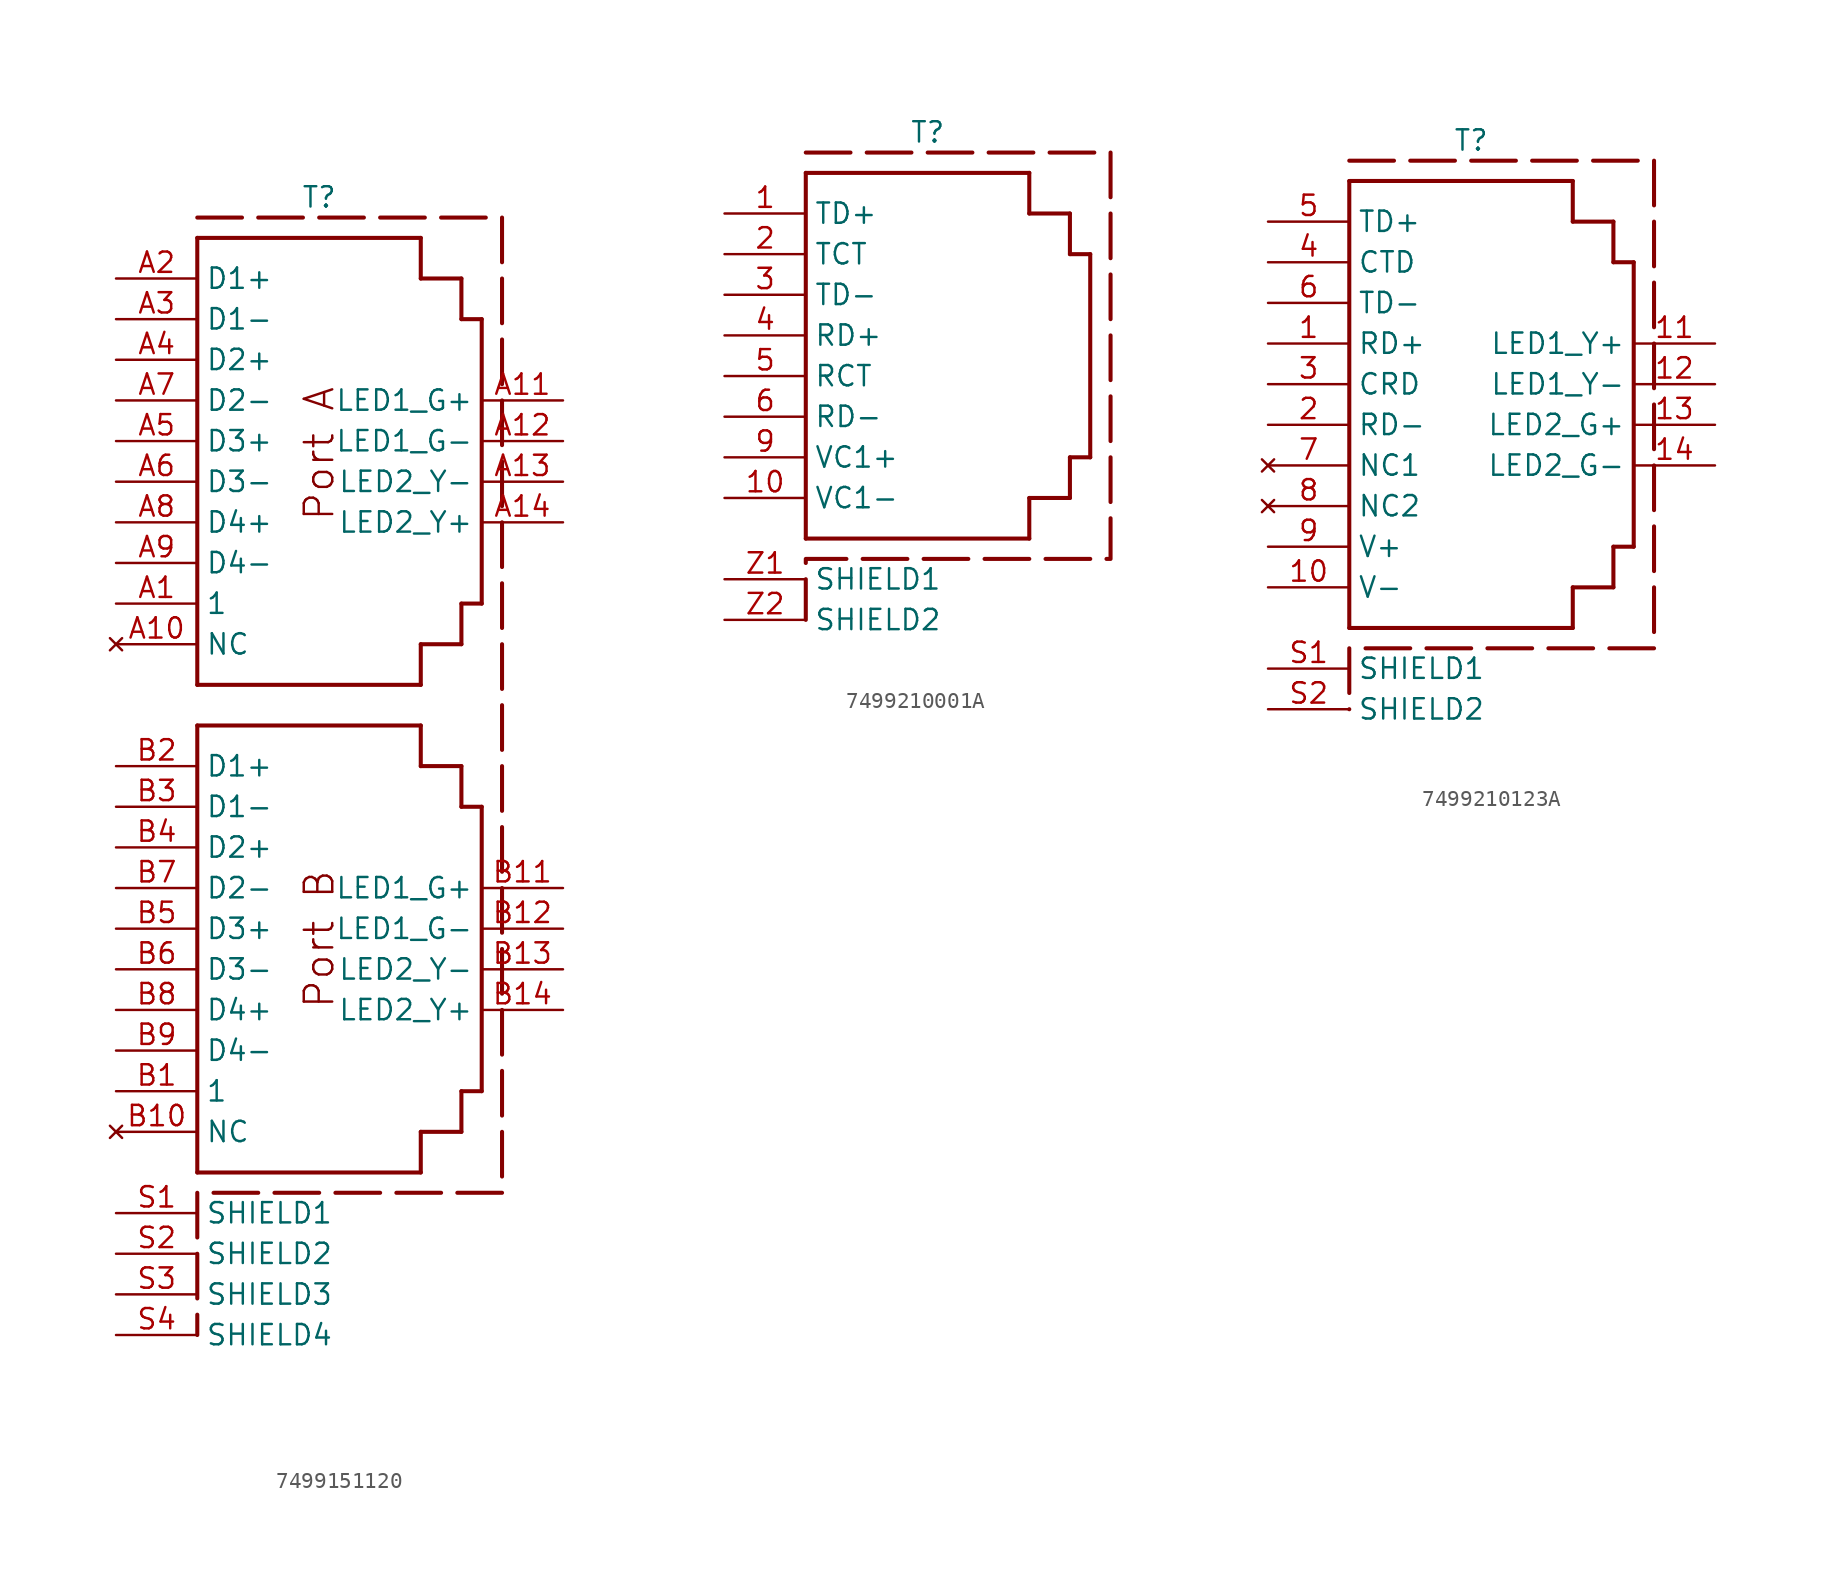
<source format=kicad_sym>
(kicad_symbol_lib
  (version 20220914)
  (generator kicad_symbol_editor)
  (symbol "7499151120"
    (property "Reference" "T"
      (at 0 30.48 0)
      (effects (font (size 1.27 1.27))))
    (property "Critical Parameter" ""
      (at 0 -5.08 0)
      (effects (font (size 1.27 1.27)) (justify left)))
    (symbol "7499151120_0_0"
      (polyline (pts (xy -7.62 -30.48) (xy -7.62 -2.54)) (stroke (width 0.254) (type default)) (fill (type none)))
      (polyline (pts (xy -7.62 -2.54) (xy 6.35 -2.54)) (stroke (width 0.254) (type default)) (fill (type none)))
      (polyline (pts (xy -7.62 0) (xy -7.62 27.94)) (stroke (width 0.254) (type default)) (fill (type none)))
      (polyline (pts (xy -7.62 27.94) (xy 6.35 27.94)) (stroke (width 0.254) (type default)) (fill (type none)))
      (polyline (pts (xy 6.35 -30.48) (xy -7.62 -30.48)) (stroke (width 0.254) (type default)) (fill (type none)))
      (polyline (pts (xy 6.35 -30.48) (xy 6.35 -27.94)) (stroke (width 0.254) (type default)) (fill (type none)))
      (polyline (pts (xy 6.35 -27.94) (xy 8.89 -27.94)) (stroke (width 0.254) (type default)) (fill (type none)))
      (polyline (pts (xy 6.35 -5.08) (xy 8.89 -5.08)) (stroke (width 0.254) (type default)) (fill (type none)))
      (polyline (pts (xy 6.35 -2.54) (xy 6.35 -5.08)) (stroke (width 0.254) (type default)) (fill (type none)))
      (polyline (pts (xy 6.35 0) (xy -7.62 0)) (stroke (width 0.254) (type default)) (fill (type none)))
      (polyline (pts (xy 6.35 0) (xy 6.35 2.54)) (stroke (width 0.254) (type default)) (fill (type none)))
      (polyline (pts (xy 6.35 2.54) (xy 8.89 2.54)) (stroke (width 0.254) (type default)) (fill (type none)))
      (polyline (pts (xy 6.35 25.4) (xy 8.89 25.4)) (stroke (width 0.254) (type default)) (fill (type none)))
      (polyline (pts (xy 6.35 27.94) (xy 6.35 25.4)) (stroke (width 0.254) (type default)) (fill (type none)))
      (polyline (pts (xy 8.89 -27.94) (xy 8.89 -25.4)) (stroke (width 0.254) (type default)) (fill (type none)))
      (polyline (pts (xy 8.89 -25.4) (xy 10.16 -25.4)) (stroke (width 0.254) (type default)) (fill (type none)))
      (polyline (pts (xy 8.89 -7.62) (xy 10.16 -7.62)) (stroke (width 0.254) (type default)) (fill (type none)))
      (polyline (pts (xy 8.89 -5.08) (xy 8.89 -7.62)) (stroke (width 0.254) (type default)) (fill (type none)))
      (polyline (pts (xy 8.89 2.54) (xy 8.89 5.08)) (stroke (width 0.254) (type default)) (fill (type none)))
      (polyline (pts (xy 8.89 5.08) (xy 10.16 5.08)) (stroke (width 0.254) (type default)) (fill (type none)))
      (polyline (pts (xy 8.89 22.86) (xy 10.16 22.86)) (stroke (width 0.254) (type default)) (fill (type none)))
      (polyline (pts (xy 8.89 25.4) (xy 8.89 22.86)) (stroke (width 0.254) (type default)) (fill (type none)))
      (polyline (pts (xy 10.16 -7.62) (xy 10.16 -25.4)) (stroke (width 0.254) (type default)) (fill (type none)))
      (polyline (pts (xy 10.16 22.86) (xy 10.16 5.08)) (stroke (width 0.254) (type default)) (fill (type none)))
      (pin passive line (at -12.7 -33.02 0) (length 5.08) (name "SHIELD1" (effects (font (size 1.27 1.27)))) (number "S1" (effects (font (size 1.27 1.27)))))
      (pin passive line (at -12.7 -35.56 0) (length 5.08) (name "SHIELD2" (effects (font (size 1.27 1.27)))) (number "S2" (effects (font (size 1.27 1.27)))))
      (pin passive line (at -12.7 -38.1 0) (length 5.08) (name "SHIELD3" (effects (font (size 1.27 1.27)))) (number "S3" (effects (font (size 1.27 1.27)))))
      (pin passive line (at -12.7 -40.64 0) (length 5.08) (name "SHIELD4" (effects (font (size 1.27 1.27)))) (number "S4" (effects (font (size 1.27 1.27))))))
    (symbol "7499151120_1_0"
      (text "Port A" (at 0 10.16 900) (effects (font (size 1.778 1.778)) (justify left)))
      (text "Port B" (at 0 -20.32 900) (effects (font (size 1.778 1.778)) (justify left)))
      (pin passive line (at -12.7 5.08 0) (length 5.08) (name "1" (effects (font (size 1.27 1.27)))) (number "A1" (effects (font (size 1.27 1.27)))))
      (pin no_connect line (at -12.7 2.54 0) (length 5.08) (name "NC" (effects (font (size 1.27 1.27)))) (number "A10" (effects (font (size 1.27 1.27)))))
      (pin passive line (at 15.24 17.78 180) (length 5.08) (name "LED1_G+" (effects (font (size 1.27 1.27)))) (number "A11" (effects (font (size 1.27 1.27)))))
      (pin passive line (at 15.24 15.24 180) (length 5.08) (name "LED1_G-" (effects (font (size 1.27 1.27)))) (number "A12" (effects (font (size 1.27 1.27)))))
      (pin passive line (at 15.24 12.7 180) (length 5.08) (name "LED2_Y-" (effects (font (size 1.27 1.27)))) (number "A13" (effects (font (size 1.27 1.27)))))
      (pin passive line (at 15.24 10.16 180) (length 5.08) (name "LED2_Y+" (effects (font (size 1.27 1.27)))) (number "A14" (effects (font (size 1.27 1.27)))))
      (pin passive line (at -12.7 25.4 0) (length 5.08) (name "D1+" (effects (font (size 1.27 1.27)))) (number "A2" (effects (font (size 1.27 1.27)))))
      (pin passive line (at -12.7 22.86 0) (length 5.08) (name "D1-" (effects (font (size 1.27 1.27)))) (number "A3" (effects (font (size 1.27 1.27)))))
      (pin passive line (at -12.7 20.32 0) (length 5.08) (name "D2+" (effects (font (size 1.27 1.27)))) (number "A4" (effects (font (size 1.27 1.27)))))
      (pin passive line (at -12.7 15.24 0) (length 5.08) (name "D3+" (effects (font (size 1.27 1.27)))) (number "A5" (effects (font (size 1.27 1.27)))))
      (pin passive line (at -12.7 12.7 0) (length 5.08) (name "D3-" (effects (font (size 1.27 1.27)))) (number "A6" (effects (font (size 1.27 1.27)))))
      (pin passive line (at -12.7 17.78 0) (length 5.08) (name "D2-" (effects (font (size 1.27 1.27)))) (number "A7" (effects (font (size 1.27 1.27)))))
      (pin passive line (at -12.7 10.16 0) (length 5.08) (name "D4+" (effects (font (size 1.27 1.27)))) (number "A8" (effects (font (size 1.27 1.27)))))
      (pin passive line (at -12.7 7.62 0) (length 5.08) (name "D4-" (effects (font (size 1.27 1.27)))) (number "A9" (effects (font (size 1.27 1.27)))))
      (pin passive line (at -12.7 -25.4 0) (length 5.08) (name "1" (effects (font (size 1.27 1.27)))) (number "B1" (effects (font (size 1.27 1.27)))))
      (pin no_connect line (at -12.7 -27.94 0) (length 5.08) (name "NC" (effects (font (size 1.27 1.27)))) (number "B10" (effects (font (size 1.27 1.27)))))
      (pin passive line (at 15.24 -12.7 180) (length 5.08) (name "LED1_G+" (effects (font (size 1.27 1.27)))) (number "B11" (effects (font (size 1.27 1.27)))))
      (pin passive line (at 15.24 -15.24 180) (length 5.08) (name "LED1_G-" (effects (font (size 1.27 1.27)))) (number "B12" (effects (font (size 1.27 1.27)))))
      (pin passive line (at 15.24 -17.78 180) (length 5.08) (name "LED2_Y-" (effects (font (size 1.27 1.27)))) (number "B13" (effects (font (size 1.27 1.27)))))
      (pin passive line (at 15.24 -20.32 180) (length 5.08) (name "LED2_Y+" (effects (font (size 1.27 1.27)))) (number "B14" (effects (font (size 1.27 1.27)))))
      (pin passive line (at -12.7 -5.08 0) (length 5.08) (name "D1+" (effects (font (size 1.27 1.27)))) (number "B2" (effects (font (size 1.27 1.27)))))
      (pin passive line (at -12.7 -7.62 0) (length 5.08) (name "D1-" (effects (font (size 1.27 1.27)))) (number "B3" (effects (font (size 1.27 1.27)))))
      (pin passive line (at -12.7 -10.16 0) (length 5.08) (name "D2+" (effects (font (size 1.27 1.27)))) (number "B4" (effects (font (size 1.27 1.27)))))
      (pin passive line (at -12.7 -15.24 0) (length 5.08) (name "D3+" (effects (font (size 1.27 1.27)))) (number "B5" (effects (font (size 1.27 1.27)))))
      (pin passive line (at -12.7 -17.78 0) (length 5.08) (name "D3-" (effects (font (size 1.27 1.27)))) (number "B6" (effects (font (size 1.27 1.27)))))
      (pin passive line (at -12.7 -12.7 0) (length 5.08) (name "D2-" (effects (font (size 1.27 1.27)))) (number "B7" (effects (font (size 1.27 1.27)))))
      (pin passive line (at -12.7 -20.32 0) (length 5.08) (name "D4+" (effects (font (size 1.27 1.27)))) (number "B8" (effects (font (size 1.27 1.27)))))
      (pin passive line (at -12.7 -22.86 0) (length 5.08) (name "D4-" (effects (font (size 1.27 1.27)))) (number "B9" (effects (font (size 1.27 1.27))))))
    (symbol "7499151120_1_1"
      (polyline (pts (xy -7.62 29.21) (xy 11.43 29.21) (xy 11.43 -31.75) (xy -7.62 -31.75) (xy -7.62 -40.64)) (stroke (width 0.254) (type dash)) (fill (type none)))))
  (symbol "7499210001A"
    (property "Reference" "T"
      (at 0 15.24 0)
      (effects (font (size 1.27 1.27))))
    (property "Critical Parameter" ""
      (at 0 -5.08 0)
      (effects (font (size 1.27 1.27)) (justify left)))
    (symbol "7499210001A_0_0"
      (polyline (pts (xy -7.62 -10.16) (xy -7.62 12.7)) (stroke (width 0.254) (type default)) (fill (type none)))
      (polyline (pts (xy -7.62 12.7) (xy 6.35 12.7)) (stroke (width 0.254) (type default)) (fill (type none)))
      (polyline (pts (xy 6.35 -10.16) (xy -7.62 -10.16)) (stroke (width 0.254) (type default)) (fill (type none)))
      (polyline (pts (xy 6.35 -10.16) (xy 6.35 -7.62)) (stroke (width 0.254) (type default)) (fill (type none)))
      (polyline (pts (xy 6.35 -7.62) (xy 8.89 -7.62)) (stroke (width 0.254) (type default)) (fill (type none)))
      (polyline (pts (xy 6.35 10.16) (xy 8.89 10.16)) (stroke (width 0.254) (type default)) (fill (type none)))
      (polyline (pts (xy 6.35 12.7) (xy 6.35 10.16)) (stroke (width 0.254) (type default)) (fill (type none)))
      (polyline (pts (xy 8.89 -7.62) (xy 8.89 -5.08)) (stroke (width 0.254) (type default)) (fill (type none)))
      (polyline (pts (xy 8.89 -5.08) (xy 10.16 -5.08)) (stroke (width 0.254) (type default)) (fill (type none)))
      (polyline (pts (xy 8.89 7.62) (xy 10.16 7.62)) (stroke (width 0.254) (type default)) (fill (type none)))
      (polyline (pts (xy 8.89 10.16) (xy 8.89 7.62)) (stroke (width 0.254) (type default)) (fill (type none)))
      (polyline (pts (xy 10.16 7.62) (xy 10.16 -5.08)) (stroke (width 0.254) (type default)) (fill (type none)))
      (pin passive line (at -12.7 10.16 0) (length 5.08) (name "TD+" (effects (font (size 1.27 1.27)))) (number "1" (effects (font (size 1.27 1.27)))))
      (pin passive line (at -12.7 5.08 0) (length 5.08) (name "TD-" (effects (font (size 1.27 1.27)))) (number "3" (effects (font (size 1.27 1.27)))))
      (pin passive line (at -12.7 2.54 0) (length 5.08) (name "RD+" (effects (font (size 1.27 1.27)))) (number "4" (effects (font (size 1.27 1.27)))))
      (pin passive line (at -12.7 -2.54 0) (length 5.08) (name "RD-" (effects (font (size 1.27 1.27)))) (number "6" (effects (font (size 1.27 1.27)))))
      (pin passive line (at -12.7 -12.7 0) (length 5.08) (name "SHIELD1" (effects (font (size 1.27 1.27)))) (number "Z1" (effects (font (size 1.27 1.27)))))
      (pin passive line (at -12.7 -15.24 0) (length 5.08) (name "SHIELD2" (effects (font (size 1.27 1.27)))) (number "Z2" (effects (font (size 1.27 1.27))))))
    (symbol "7499210001A_1_0"
      (pin passive line (at -12.7 -7.62 0) (length 5.08) (name "VC1-" (effects (font (size 1.27 1.27)))) (number "10" (effects (font (size 1.27 1.27)))))
      (pin passive line (at -12.7 7.62 0) (length 5.08) (name "TCT" (effects (font (size 1.27 1.27)))) (number "2" (effects (font (size 1.27 1.27)))))
      (pin passive line (at -12.7 0 0) (length 5.08) (name "RCT" (effects (font (size 1.27 1.27)))) (number "5" (effects (font (size 1.27 1.27)))))
      (pin passive line (at -12.7 -5.08 0) (length 5.08) (name "VC1+" (effects (font (size 1.27 1.27)))) (number "9" (effects (font (size 1.27 1.27))))))
    (symbol "7499210001A_1_1"
      (polyline (pts (xy -7.62 13.97) (xy 11.43 13.97) (xy 11.43 -11.43) (xy -7.62 -11.43) (xy -7.62 -15.24)) (stroke (width 0.254) (type dash)) (fill (type none)))))
  (symbol "7499210123A"
    (property "Reference" "T"
      (at 0 15.24 0)
      (effects (font (size 1.27 1.27))))
    (property "Critical Parameter" ""
      (at 0 -5.08 0)
      (effects (font (size 1.27 1.27)) (justify left)))
    (symbol "7499210123A_0_0"
      (polyline (pts (xy -7.62 -15.24) (xy -7.62 12.7)) (stroke (width 0.254) (type default)) (fill (type none)))
      (polyline (pts (xy -7.62 12.7) (xy 6.35 12.7)) (stroke (width 0.254) (type default)) (fill (type none)))
      (polyline (pts (xy 6.35 -15.24) (xy -7.62 -15.24)) (stroke (width 0.254) (type default)) (fill (type none)))
      (polyline (pts (xy 6.35 -15.24) (xy 6.35 -12.7)) (stroke (width 0.254) (type default)) (fill (type none)))
      (polyline (pts (xy 6.35 -12.7) (xy 8.89 -12.7)) (stroke (width 0.254) (type default)) (fill (type none)))
      (polyline (pts (xy 6.35 10.16) (xy 8.89 10.16)) (stroke (width 0.254) (type default)) (fill (type none)))
      (polyline (pts (xy 6.35 12.7) (xy 6.35 10.16)) (stroke (width 0.254) (type default)) (fill (type none)))
      (polyline (pts (xy 8.89 -12.7) (xy 8.89 -10.16)) (stroke (width 0.254) (type default)) (fill (type none)))
      (polyline (pts (xy 8.89 -10.16) (xy 10.16 -10.16)) (stroke (width 0.254) (type default)) (fill (type none)))
      (polyline (pts (xy 8.89 7.62) (xy 10.16 7.62)) (stroke (width 0.254) (type default)) (fill (type none)))
      (polyline (pts (xy 8.89 10.16) (xy 8.89 7.62)) (stroke (width 0.254) (type default)) (fill (type none)))
      (polyline (pts (xy 10.16 7.62) (xy 10.16 -10.16)) (stroke (width 0.254) (type default)) (fill (type none)))
      (pin passive line (at -12.7 2.54 0) (length 5.08) (name "RD+" (effects (font (size 1.27 1.27)))) (number "1" (effects (font (size 1.27 1.27)))))
      (pin passive line (at -12.7 -12.7 0) (length 5.08) (name "V-" (effects (font (size 1.27 1.27)))) (number "10" (effects (font (size 1.27 1.27)))))
      (pin passive line (at -12.7 -2.54 0) (length 5.08) (name "RD-" (effects (font (size 1.27 1.27)))) (number "2" (effects (font (size 1.27 1.27)))))
      (pin passive line (at -12.7 0 0) (length 5.08) (name "CRD" (effects (font (size 1.27 1.27)))) (number "3" (effects (font (size 1.27 1.27)))))
      (pin passive line (at -12.7 7.62 0) (length 5.08) (name "CTD" (effects (font (size 1.27 1.27)))) (number "4" (effects (font (size 1.27 1.27)))))
      (pin passive line (at -12.7 10.16 0) (length 5.08) (name "TD+" (effects (font (size 1.27 1.27)))) (number "5" (effects (font (size 1.27 1.27)))))
      (pin passive line (at -12.7 5.08 0) (length 5.08) (name "TD-" (effects (font (size 1.27 1.27)))) (number "6" (effects (font (size 1.27 1.27)))))
      (pin passive line (at -12.7 -10.16 0) (length 5.08) (name "V+" (effects (font (size 1.27 1.27)))) (number "9" (effects (font (size 1.27 1.27)))))
      (pin passive line (at -12.7 -17.78 0) (length 5.08) (name "SHIELD1" (effects (font (size 1.27 1.27)))) (number "S1" (effects (font (size 1.27 1.27)))))
      (pin passive line (at -12.7 -20.32 0) (length 5.08) (name "SHIELD2" (effects (font (size 1.27 1.27)))) (number "S2" (effects (font (size 1.27 1.27))))))
    (symbol "7499210123A_1_0"
      (pin passive line (at 15.24 2.54 180) (length 5.08) (name "LED1_Y+" (effects (font (size 1.27 1.27)))) (number "11" (effects (font (size 1.27 1.27)))))
      (pin passive line (at 15.24 0 180) (length 5.08) (name "LED1_Y-" (effects (font (size 1.27 1.27)))) (number "12" (effects (font (size 1.27 1.27)))))
      (pin passive line (at 15.24 -2.54 180) (length 5.08) (name "LED2_G+" (effects (font (size 1.27 1.27)))) (number "13" (effects (font (size 1.27 1.27)))))
      (pin passive line (at 15.24 -5.08 180) (length 5.08) (name "LED2_G-" (effects (font (size 1.27 1.27)))) (number "14" (effects (font (size 1.27 1.27)))))
      (pin no_connect line (at -12.7 -5.08 0) (length 5.08) (name "NC1" (effects (font (size 1.27 1.27)))) (number "7" (effects (font (size 1.27 1.27)))))
      (pin no_connect line (at -12.7 -7.62 0) (length 5.08) (name "NC2" (effects (font (size 1.27 1.27)))) (number "8" (effects (font (size 1.27 1.27))))))
    (symbol "7499210123A_1_1"
      (polyline (pts (xy -7.62 13.97) (xy 11.43 13.97) (xy 11.43 -16.51) (xy -7.62 -16.51) (xy -7.62 -20.32)) (stroke (width 0.254) (type dash)) (fill (type none))))))
</source>
